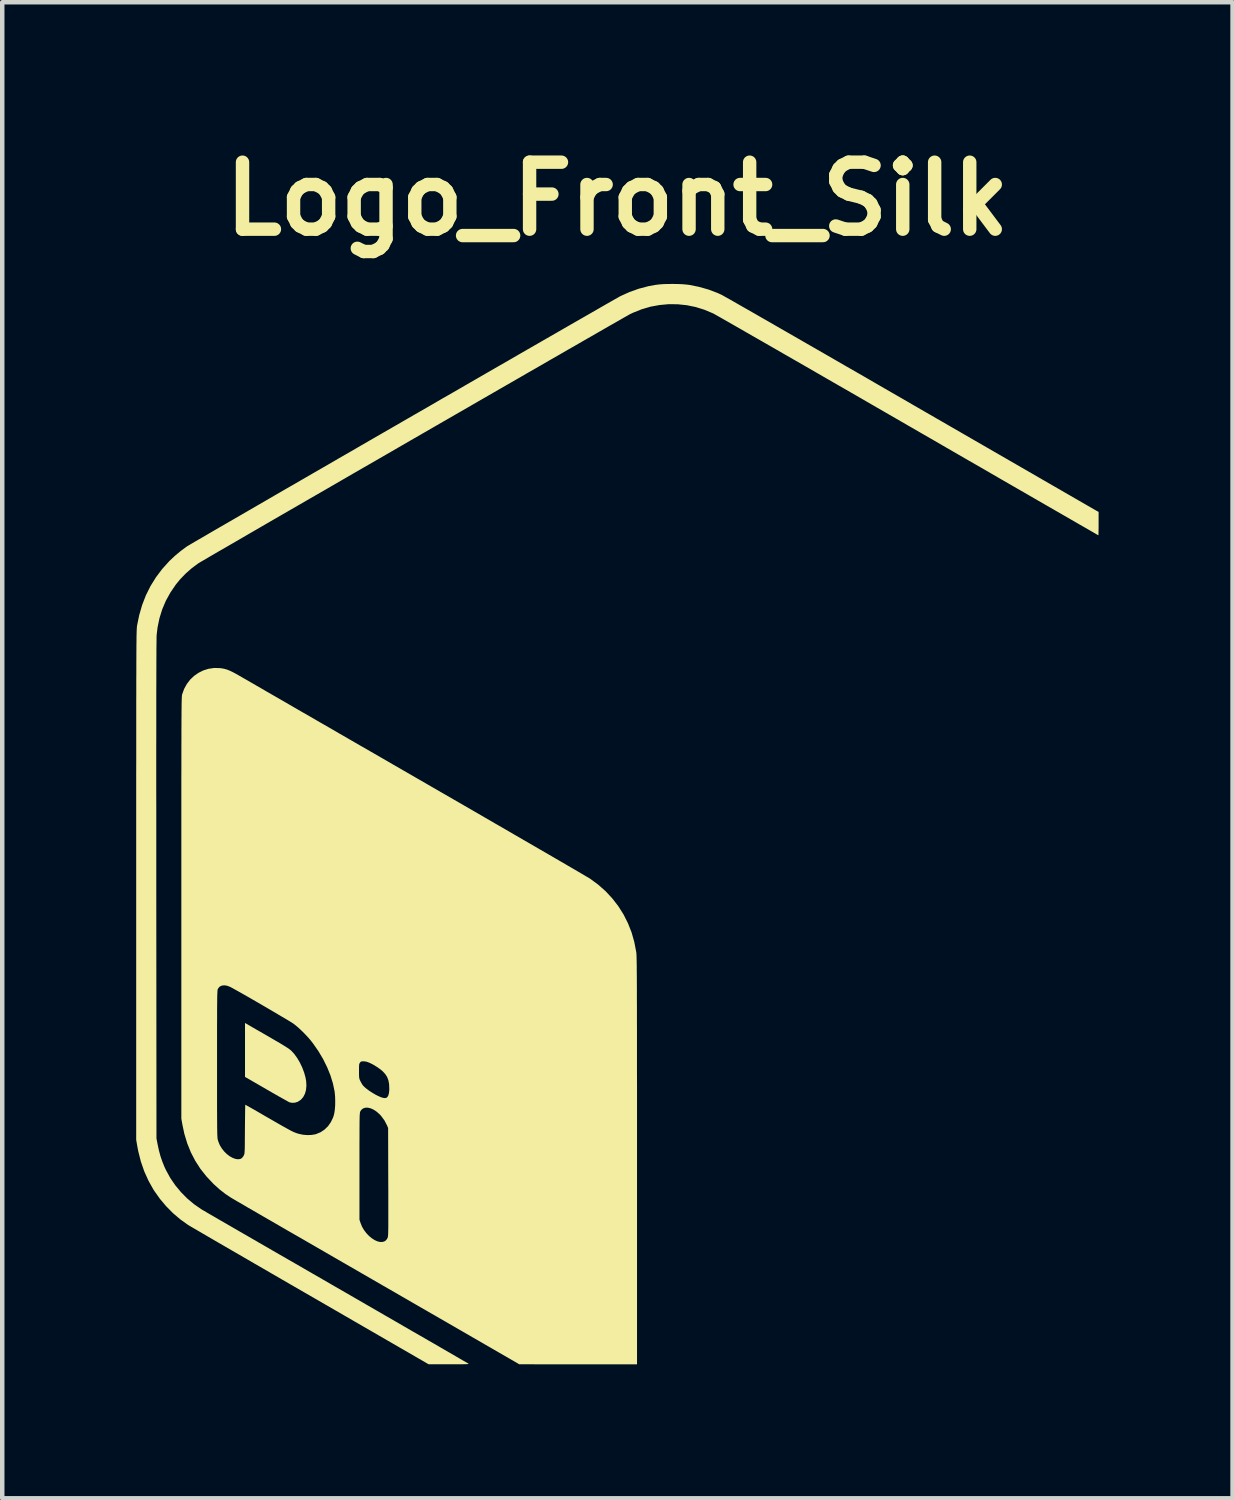
<source format=kicad_pcb>
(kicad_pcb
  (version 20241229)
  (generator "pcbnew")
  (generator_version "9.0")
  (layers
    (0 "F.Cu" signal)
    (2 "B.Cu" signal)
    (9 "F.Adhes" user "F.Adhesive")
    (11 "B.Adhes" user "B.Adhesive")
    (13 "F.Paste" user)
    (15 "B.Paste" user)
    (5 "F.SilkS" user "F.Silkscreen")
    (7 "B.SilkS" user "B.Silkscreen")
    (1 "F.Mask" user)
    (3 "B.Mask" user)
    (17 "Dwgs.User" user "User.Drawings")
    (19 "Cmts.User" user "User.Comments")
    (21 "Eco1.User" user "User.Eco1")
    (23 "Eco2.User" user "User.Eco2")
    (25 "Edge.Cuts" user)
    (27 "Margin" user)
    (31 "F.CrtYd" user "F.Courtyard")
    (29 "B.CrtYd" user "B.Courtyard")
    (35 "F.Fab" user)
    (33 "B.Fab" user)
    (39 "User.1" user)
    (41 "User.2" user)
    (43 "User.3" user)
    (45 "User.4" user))
  (footprint "Logo_Front_Silk"
    (layer "F.Cu")
    (at 10.774 15.404)
    (property "Reference" "Logo_Front_Silk" (at 0 -14 0) (layer "F.SilkS") (effects (font (size 1.5 1.5) (thickness 0.3))))
    (attr board_only exclude_from_pos_files exclude_from_bom)
    (fp_poly (pts (xy -8.145 4.567) (xy -8.084 4.602) (xy -8.01 4.644) (xy -7.927 4.692) (xy -7.839 4.743) (xy -7.751 4.794) (xy -7.667 4.843) (xy -7.658 4.848) (xy -7.55 4.911) (xy -7.461 4.965) (xy -7.39 5.01) (xy -7.338 5.046) (xy -7.305 5.073) (xy -7.305 5.073) (xy -7.236 5.147) (xy -7.17 5.238) (xy -7.109 5.341) (xy -7.056 5.452) (xy -7.013 5.565) (xy -6.982 5.677) (xy -6.968 5.756) (xy -6.962 5.859) (xy -6.971 5.955) (xy -6.995 6.04) (xy -7.033 6.113) (xy -7.084 6.173) (xy -7.148 6.216) (xy -7.15 6.218) (xy -7.213 6.239) (xy -7.279 6.244) (xy -7.341 6.232) (xy -7.343 6.231) (xy -7.359 6.223) (xy -7.39 6.206) (xy -7.436 6.18) (xy -7.495 6.147) (xy -7.565 6.108) (xy -7.644 6.063) (xy -7.73 6.014) (xy -7.821 5.961) (xy -7.856 5.941) (xy -8.337 5.663) (xy -8.337 5.059) (xy -8.337 4.455)) (stroke (width 0) (type solid)) (fill yes) (layer "F.SilkS"))
    (fp_poly (pts (xy 1.341 -12.094) (xy 1.441 -12.09) (xy 1.532 -12.083) (xy 1.605 -12.075) (xy 1.83 -12.03) (xy 2.045 -11.969) (xy 2.254 -11.889) (xy 2.337 -11.851) (xy 2.354 -11.842) (xy 2.389 -11.822) (xy 2.44 -11.793) (xy 2.509 -11.755) (xy 2.593 -11.707) (xy 2.692 -11.65) (xy 2.806 -11.585) (xy 2.934 -11.512) (xy 3.076 -11.431) (xy 3.23 -11.342) (xy 3.397 -11.247) (xy 3.575 -11.144) (xy 3.765 -11.035) (xy 3.965 -10.92) (xy 4.175 -10.799) (xy 4.394 -10.673) (xy 4.622 -10.542) (xy 4.858 -10.406) (xy 5.102 -10.265) (xy 5.353 -10.121) (xy 5.61 -9.973) (xy 5.872 -9.821) (xy 6.14 -9.666) (xy 6.413 -9.509) (xy 6.618 -9.39) (xy 10.779 -6.988) (xy 10.779 -6.727) (xy 10.779 -6.655) (xy 10.778 -6.591) (xy 10.777 -6.537) (xy 10.776 -6.497) (xy 10.775 -6.472) (xy 10.774 -6.466) (xy 10.765 -6.471) (xy 10.738 -6.486) (xy 10.694 -6.512) (xy 10.633 -6.547) (xy 10.557 -6.591) (xy 10.465 -6.644) (xy 10.358 -6.705) (xy 10.237 -6.775) (xy 10.102 -6.853) (xy 9.954 -6.938) (xy 9.793 -7.031) (xy 9.621 -7.13) (xy 9.437 -7.236) (xy 9.242 -7.349) (xy 9.037 -7.467) (xy 8.822 -7.591) (xy 8.598 -7.72) (xy 8.365 -7.855) (xy 8.125 -7.994) (xy 7.876 -8.137) (xy 7.621 -8.284) (xy 7.36 -8.435) (xy 7.093 -8.59) (xy 6.82 -8.747) (xy 6.543 -8.907) (xy 6.519 -8.921) (xy 6.24 -9.082) (xy 5.966 -9.24) (xy 5.696 -9.396) (xy 5.432 -9.549) (xy 5.173 -9.698) (xy 4.921 -9.843) (xy 4.676 -9.984) (xy 4.439 -10.121) (xy 4.21 -10.253) (xy 3.989 -10.38) (xy 3.778 -10.501) (xy 3.577 -10.617) (xy 3.387 -10.726) (xy 3.208 -10.829) (xy 3.04 -10.925) (xy 2.885 -11.014) (xy 2.743 -11.096) (xy 2.615 -11.169) (xy 2.5 -11.235) (xy 2.4 -11.292) (xy 2.316 -11.34) (xy 2.247 -11.379) (xy 2.195 -11.408) (xy 2.16 -11.428) (xy 2.142 -11.437) (xy 2.142 -11.437) (xy 1.952 -11.517) (xy 1.756 -11.578) (xy 1.556 -11.619) (xy 1.353 -11.64) (xy 1.149 -11.642) (xy 0.946 -11.623) (xy 0.744 -11.586) (xy 0.547 -11.528) (xy 0.354 -11.451) (xy 0.29 -11.421) (xy 0.273 -11.412) (xy 0.239 -11.392) (xy 0.187 -11.363) (xy 0.12 -11.325) (xy 0.037 -11.277) (xy -0.061 -11.221) (xy -0.174 -11.157) (xy -0.299 -11.085) (xy -0.438 -11.005) (xy -0.589 -10.918) (xy -0.752 -10.825) (xy -0.925 -10.725) (xy -1.109 -10.62) (xy -1.302 -10.508) (xy -1.505 -10.392) (xy -1.715 -10.27) (xy -1.934 -10.145) (xy -2.159 -10.015) (xy -2.391 -9.881) (xy -2.628 -9.745) (xy -2.87 -9.605) (xy -3.117 -9.463) (xy -3.367 -9.318) (xy -3.621 -9.172) (xy -3.876 -9.025) (xy -4.134 -8.876) (xy -4.392 -8.727) (xy -4.651 -8.578) (xy -4.91 -8.428) (xy -5.168 -8.279) (xy -5.424 -8.131) (xy -5.678 -7.985) (xy -5.929 -7.84) (xy -6.176 -7.697) (xy -6.419 -7.556) (xy -6.658 -7.418) (xy -6.891 -7.284) (xy -7.117 -7.153) (xy -7.337 -7.026) (xy -7.55 -6.903) (xy -7.754 -6.785) (xy -7.949 -6.672) (xy -8.135 -6.564) (xy -8.311 -6.462) (xy -8.476 -6.366) (xy -8.629 -6.277) (xy -8.771 -6.195) (xy -8.9 -6.121) (xy -9.015 -6.054) (xy -9.116 -5.995) (xy -9.202 -5.944) (xy -9.273 -5.903) (xy -9.328 -5.871) (xy -9.367 -5.848) (xy -9.387 -5.835) (xy -9.39 -5.833) (xy -9.53 -5.729) (xy -9.664 -5.611) (xy -9.788 -5.483) (xy -9.887 -5.362) (xy -10.008 -5.184) (xy -10.11 -5) (xy -10.191 -4.808) (xy -10.253 -4.609) (xy -10.296 -4.401) (xy -10.316 -4.232) (xy -10.317 -4.213) (xy -10.318 -4.179) (xy -10.318 -4.13) (xy -10.319 -4.065) (xy -10.32 -3.984) (xy -10.321 -3.888) (xy -10.321 -3.775) (xy -10.322 -3.646) (xy -10.322 -3.5) (xy -10.323 -3.337) (xy -10.323 -3.157) (xy -10.324 -2.959) (xy -10.324 -2.744) (xy -10.324 -2.511) (xy -10.324 -2.259) (xy -10.324 -1.99) (xy -10.325 -1.701) (xy -10.325 -1.393) (xy -10.325 -1.066) (xy -10.325 -0.72) (xy -10.324 -0.354) (xy -10.324 0.032) (xy -10.324 0.438) (xy -10.324 0.865) (xy -10.324 1.312) (xy -10.324 1.474) (xy -10.32 7.04) (xy -10.298 7.156) (xy -10.267 7.302) (xy -10.232 7.433) (xy -10.19 7.556) (xy -10.141 7.678) (xy -10.104 7.756) (xy -10.011 7.926) (xy -9.899 8.09) (xy -9.771 8.244) (xy -9.63 8.387) (xy -9.477 8.515) (xy -9.316 8.626) (xy -9.314 8.628) (xy -9.29 8.642) (xy -9.25 8.665) (xy -9.196 8.697) (xy -9.129 8.736) (xy -9.053 8.78) (xy -8.967 8.83) (xy -8.876 8.883) (xy -8.78 8.938) (xy -8.726 8.969) (xy -8.452 9.128) (xy -8.178 9.286) (xy -7.906 9.443) (xy -7.636 9.599) (xy -7.369 9.753) (xy -7.104 9.905) (xy -6.844 10.056) (xy -6.588 10.203) (xy -6.338 10.348) (xy -6.093 10.489) (xy -5.854 10.627) (xy -5.623 10.761) (xy -5.399 10.89) (xy -5.183 11.015) (xy -4.975 11.135) (xy -4.778 11.249) (xy -4.59 11.358) (xy -4.412 11.46) (xy -4.246 11.556) (xy -4.092 11.645) (xy -3.95 11.727) (xy -3.821 11.802) (xy -3.706 11.868) (xy -3.605 11.927) (xy -3.519 11.977) (xy -3.449 12.018) (xy -3.394 12.049) (xy -3.356 12.071) (xy -3.336 12.083) (xy -3.332 12.086) (xy -3.329 12.089) (xy -3.334 12.092) (xy -3.348 12.094) (xy -3.372 12.096) (xy -3.409 12.097) (xy -3.459 12.098) (xy -3.525 12.099) (xy -3.607 12.099) (xy -3.708 12.099) (xy -3.769 12.099) (xy -4.226 12.098) (xy -6.87 10.569) (xy -7.09 10.442) (xy -7.305 10.318) (xy -7.516 10.196) (xy -7.721 10.077) (xy -7.919 9.962) (xy -8.11 9.852) (xy -8.294 9.745) (xy -8.468 9.644) (xy -8.634 9.548) (xy -8.789 9.458) (xy -8.933 9.375) (xy -9.065 9.298) (xy -9.185 9.228) (xy -9.292 9.166) (xy -9.385 9.111) (xy -9.463 9.066) (xy -9.526 9.029) (xy -9.573 9.002) (xy -9.602 8.984) (xy -9.612 8.978) (xy -9.783 8.856) (xy -9.947 8.717) (xy -10.1 8.563) (xy -10.241 8.396) (xy -10.366 8.22) (xy -10.387 8.188) (xy -10.499 7.988) (xy -10.594 7.777) (xy -10.67 7.556) (xy -10.728 7.327) (xy -10.749 7.218) (xy -10.774 7.071) (xy -10.774 1.374) (xy -10.774 0.96) (xy -10.774 0.566) (xy -10.774 0.192) (xy -10.774 -0.162) (xy -10.774 -0.498) (xy -10.774 -0.815) (xy -10.774 -1.114) (xy -10.773 -1.396) (xy -10.773 -1.661) (xy -10.773 -1.91) (xy -10.773 -2.143) (xy -10.773 -2.361) (xy -10.773 -2.564) (xy -10.773 -2.754) (xy -10.772 -2.929) (xy -10.772 -3.092) (xy -10.772 -3.241) (xy -10.771 -3.379) (xy -10.771 -3.506) (xy -10.771 -3.621) (xy -10.77 -3.726) (xy -10.77 -3.822) (xy -10.769 -3.907) (xy -10.769 -3.985) (xy -10.768 -4.053) (xy -10.767 -4.114) (xy -10.767 -4.168) (xy -10.766 -4.215) (xy -10.765 -4.256) (xy -10.764 -4.292) (xy -10.763 -4.322) (xy -10.762 -4.348) (xy -10.761 -4.37) (xy -10.76 -4.388) (xy -10.759 -4.403) (xy -10.758 -4.416) (xy -10.757 -4.427) (xy -10.755 -4.437) (xy -10.755 -4.442) (xy -10.706 -4.68) (xy -10.64 -4.907) (xy -10.556 -5.124) (xy -10.453 -5.33) (xy -10.332 -5.525) (xy -10.193 -5.71) (xy -10.036 -5.884) (xy -10.022 -5.898) (xy -9.905 -6.008) (xy -9.78 -6.112) (xy -9.656 -6.204) (xy -9.632 -6.221) (xy -9.616 -6.23) (xy -9.582 -6.25) (xy -9.532 -6.28) (xy -9.466 -6.319) (xy -9.383 -6.367) (xy -9.286 -6.423) (xy -9.175 -6.488) (xy -9.05 -6.561) (xy -8.912 -6.641) (xy -8.761 -6.728) (xy -8.599 -6.822) (xy -8.426 -6.922) (xy -8.243 -7.028) (xy -8.05 -7.14) (xy -7.848 -7.257) (xy -7.638 -7.379) (xy -7.42 -7.505) (xy -7.194 -7.635) (xy -6.963 -7.769) (xy -6.726 -7.906) (xy -6.483 -8.046) (xy -6.237 -8.189) (xy -5.986 -8.333) (xy -5.733 -8.48) (xy -5.477 -8.628) (xy -5.219 -8.777) (xy -4.96 -8.926) (xy -4.701 -9.076) (xy -4.442 -9.225) (xy -4.183 -9.374) (xy -3.927 -9.523) (xy -3.672 -9.669) (xy -3.42 -9.815) (xy -3.172 -9.958) (xy -2.928 -10.099) (xy -2.689 -10.237) (xy -2.455 -10.371) (xy -2.227 -10.503) (xy -2.007 -10.63) (xy -1.793 -10.753) (xy -1.588 -10.871) (xy -1.391 -10.984) (xy -1.204 -11.092) (xy -1.027 -11.194) (xy -0.861 -11.289) (xy -0.706 -11.378) (xy -0.563 -11.46) (xy -0.433 -11.535) (xy -0.317 -11.602) (xy -0.214 -11.661) (xy -0.126 -11.711) (xy -0.054 -11.752) (xy 0.003 -11.784) (xy 0.043 -11.807) (xy 0.065 -11.819) (xy 0.068 -11.821) (xy 0.273 -11.914) (xy 0.484 -11.989) (xy 0.702 -12.046) (xy 0.863 -12.075) (xy 0.938 -12.084) (xy 1.028 -12.091) (xy 1.129 -12.094) (xy 1.235 -12.095)) (stroke (width 0) (type solid)) (fill yes) (layer "F.SilkS"))
    (fp_poly (pts (xy -8.911 -3.493) (xy -8.856 -3.486) (xy -8.811 -3.478) (xy -8.768 -3.467) (xy -8.724 -3.453) (xy -8.677 -3.433) (xy -8.623 -3.408) (xy -8.56 -3.375) (xy -8.485 -3.333) (xy -8.395 -3.281) (xy -8.395 -3.281) (xy -8.369 -3.266) (xy -8.325 -3.241) (xy -8.264 -3.206) (xy -8.187 -3.161) (xy -8.095 -3.108) (xy -7.987 -3.046) (xy -7.866 -2.975) (xy -7.73 -2.897) (xy -7.582 -2.812) (xy -7.421 -2.719) (xy -7.249 -2.619) (xy -7.066 -2.513) (xy -6.872 -2.402) (xy -6.669 -2.284) (xy -6.456 -2.162) (xy -6.236 -2.034) (xy -6.007 -1.902) (xy -5.772 -1.766) (xy -5.53 -1.627) (xy -5.282 -1.484) (xy -5.03 -1.338) (xy -4.773 -1.19) (xy -4.512 -1.039) (xy -4.437 -0.996) (xy -4.176 -0.845) (xy -3.92 -0.697) (xy -3.668 -0.552) (xy -3.422 -0.41) (xy -3.182 -0.271) (xy -2.949 -0.136) (xy -2.723 -0.005) (xy -2.504 0.121) (xy -2.295 0.243) (xy -2.094 0.359) (xy -1.903 0.47) (xy -1.723 0.574) (xy -1.554 0.672) (xy -1.396 0.764) (xy -1.251 0.848) (xy -1.119 0.925) (xy -1 0.994) (xy -0.896 1.055) (xy -0.807 1.107) (xy -0.732 1.151) (xy -0.675 1.185) (xy -0.633 1.209) (xy -0.61 1.224) (xy -0.605 1.227) (xy -0.425 1.36) (xy -0.259 1.507) (xy -0.11 1.668) (xy 0.023 1.84) (xy 0.14 2.025) (xy 0.238 2.22) (xy 0.319 2.424) (xy 0.38 2.637) (xy 0.423 2.859) (xy 0.427 2.885) (xy 0.428 2.897) (xy 0.429 2.913) (xy 0.43 2.934) (xy 0.431 2.961) (xy 0.432 2.994) (xy 0.433 3.034) (xy 0.434 3.081) (xy 0.435 3.137) (xy 0.436 3.201) (xy 0.436 3.274) (xy 0.437 3.356) (xy 0.438 3.449) (xy 0.438 3.553) (xy 0.439 3.668) (xy 0.439 3.795) (xy 0.439 3.935) (xy 0.44 4.087) (xy 0.44 4.253) (xy 0.44 4.434) (xy 0.441 4.629) (xy 0.441 4.84) (xy 0.441 5.066) (xy 0.441 5.309) (xy 0.441 5.569) (xy 0.442 5.847) (xy 0.442 6.142) (xy 0.442 6.457) (xy 0.442 6.791) (xy 0.442 7.145) (xy 0.442 7.519) (xy 0.442 7.548) (xy 0.442 12.1) (xy -0.876 12.1) (xy -2.195 12.099) (xy -4.168 10.959) (xy -4.377 10.839) (xy -4.593 10.714) (xy -4.813 10.587) (xy -5.036 10.458) (xy -5.262 10.328) (xy -5.487 10.198) (xy -5.71 10.069) (xy -5.93 9.942) (xy -6.145 9.818) (xy -6.353 9.698) (xy -6.553 9.582) (xy -6.742 9.473) (xy -6.92 9.37) (xy -7.084 9.275) (xy -7.234 9.189) (xy -7.353 9.121) (xy -7.501 9.035) (xy -7.646 8.951) (xy -7.786 8.87) (xy -7.801 8.862) (xy -5.774 8.862) (xy -5.748 8.939) (xy -5.716 9.018) (xy -5.672 9.093) (xy -5.62 9.162) (xy -5.562 9.223) (xy -5.5 9.275) (xy -5.435 9.317) (xy -5.371 9.346) (xy -5.31 9.36) (xy -5.253 9.359) (xy -5.203 9.341) (xy -5.202 9.34) (xy -5.171 9.312) (xy -5.146 9.273) (xy -5.143 9.265) (xy -5.14 9.257) (xy -5.138 9.246) (xy -5.136 9.232) (xy -5.134 9.214) (xy -5.132 9.19) (xy -5.131 9.159) (xy -5.13 9.121) (xy -5.129 9.073) (xy -5.128 9.014) (xy -5.128 8.945) (xy -5.128 8.862) (xy -5.128 8.766) (xy -5.128 8.655) (xy -5.128 8.527) (xy -5.128 8.382) (xy -5.128 8.218) (xy -5.129 8.035) (xy -5.129 8.017) (xy -5.132 6.808) (xy -5.156 6.75) (xy -5.216 6.635) (xy -5.293 6.532) (xy -5.326 6.497) (xy -5.393 6.439) (xy -5.46 6.395) (xy -5.525 6.366) (xy -5.588 6.352) (xy -5.645 6.353) (xy -5.694 6.37) (xy -5.734 6.402) (xy -5.752 6.43) (xy -5.755 6.437) (xy -5.758 6.444) (xy -5.761 6.453) (xy -5.763 6.465) (xy -5.765 6.481) (xy -5.767 6.503) (xy -5.769 6.531) (xy -5.77 6.567) (xy -5.771 6.612) (xy -5.772 6.667) (xy -5.772 6.733) (xy -5.773 6.812) (xy -5.773 6.904) (xy -5.773 7.011) (xy -5.774 7.134) (xy -5.774 7.275) (xy -5.774 7.433) (xy -5.774 7.612) (xy -5.774 7.666) (xy -5.774 8.862) (xy -7.801 8.862) (xy -7.92 8.793) (xy -8.046 8.72) (xy -8.163 8.652) (xy -8.271 8.59) (xy -8.368 8.533) (xy -8.452 8.484) (xy -8.524 8.443) (xy -8.581 8.409) (xy -8.622 8.385) (xy -8.647 8.37) (xy -8.651 8.368) (xy -8.778 8.283) (xy -8.899 8.189) (xy -9.02 8.081) (xy -9.046 8.056) (xy -9.199 7.894) (xy -9.334 7.724) (xy -9.45 7.544) (xy -9.549 7.354) (xy -9.63 7.153) (xy -9.695 6.94) (xy -9.74 6.729) (xy -9.763 6.597) (xy -9.763 5.376) (xy -8.963 5.376) (xy -8.963 5.594) (xy -8.963 5.792) (xy -8.963 5.971) (xy -8.963 6.131) (xy -8.963 6.275) (xy -8.963 6.403) (xy -8.962 6.516) (xy -8.962 6.615) (xy -8.961 6.701) (xy -8.961 6.774) (xy -8.96 6.837) (xy -8.959 6.89) (xy -8.958 6.934) (xy -8.957 6.97) (xy -8.955 6.999) (xy -8.954 7.023) (xy -8.952 7.041) (xy -8.95 7.055) (xy -8.948 7.067) (xy -8.945 7.076) (xy -8.944 7.081) (xy -8.928 7.127) (xy -8.909 7.174) (xy -8.898 7.197) (xy -8.855 7.268) (xy -8.803 7.333) (xy -8.745 7.39) (xy -8.683 7.438) (xy -8.619 7.474) (xy -8.557 7.498) (xy -8.499 7.508) (xy -8.447 7.502) (xy -8.42 7.49) (xy -8.397 7.47) (xy -8.374 7.439) (xy -8.366 7.424) (xy -8.36 7.413) (xy -8.356 7.402) (xy -8.352 7.389) (xy -8.349 7.372) (xy -8.347 7.349) (xy -8.345 7.318) (xy -8.343 7.278) (xy -8.342 7.227) (xy -8.341 7.163) (xy -8.341 7.083) (xy -8.34 6.987) (xy -8.339 6.873) (xy -8.339 6.832) (xy -8.338 6.727) (xy -8.337 6.629) (xy -8.336 6.539) (xy -8.335 6.46) (xy -8.334 6.393) (xy -8.333 6.341) (xy -8.332 6.305) (xy -8.331 6.288) (xy -8.33 6.287) (xy -8.32 6.292) (xy -8.294 6.306) (xy -8.256 6.327) (xy -8.209 6.354) (xy -8.155 6.385) (xy -8.154 6.385) (xy -8.007 6.47) (xy -7.877 6.546) (xy -7.763 6.611) (xy -7.663 6.669) (xy -7.577 6.718) (xy -7.503 6.761) (xy -7.439 6.796) (xy -7.385 6.826) (xy -7.34 6.851) (xy -7.302 6.871) (xy -7.269 6.887) (xy -7.242 6.9) (xy -7.217 6.91) (xy -7.195 6.918) (xy -7.174 6.926) (xy -7.153 6.932) (xy -7.131 6.938) (xy -7.12 6.941) (xy -7.033 6.959) (xy -6.94 6.966) (xy -6.848 6.963) (xy -6.764 6.949) (xy -6.742 6.942) (xy -6.643 6.901) (xy -6.555 6.842) (xy -6.478 6.767) (xy -6.415 6.677) (xy -6.365 6.574) (xy -6.347 6.518) (xy -6.334 6.457) (xy -6.324 6.381) (xy -6.318 6.295) (xy -6.317 6.203) (xy -6.319 6.113) (xy -6.326 6.029) (xy -6.331 5.987) (xy -6.368 5.81) (xy -6.424 5.628) (xy -6.463 5.532) (xy -5.784 5.532) (xy -5.784 5.594) (xy -5.783 5.64) (xy -5.781 5.673) (xy -5.776 5.699) (xy -5.77 5.721) (xy -5.76 5.744) (xy -5.756 5.752) (xy -5.735 5.792) (xy -5.713 5.83) (xy -5.699 5.85) (xy -5.665 5.887) (xy -5.616 5.928) (xy -5.556 5.973) (xy -5.49 6.016) (xy -5.421 6.057) (xy -5.355 6.091) (xy -5.296 6.117) (xy -5.293 6.118) (xy -5.238 6.134) (xy -5.196 6.138) (xy -5.166 6.128) (xy -5.15 6.116) (xy -5.128 6.079) (xy -5.113 6.025) (xy -5.106 5.954) (xy -5.106 5.924) (xy -5.11 5.824) (xy -5.126 5.739) (xy -5.155 5.663) (xy -5.199 5.596) (xy -5.259 5.532) (xy -5.338 5.47) (xy -5.379 5.442) (xy -5.468 5.387) (xy -5.546 5.348) (xy -5.613 5.323) (xy -5.67 5.314) (xy -5.677 5.314) (xy -5.713 5.314) (xy -5.735 5.319) (xy -5.751 5.329) (xy -5.762 5.343) (xy -5.77 5.356) (xy -5.777 5.371) (xy -5.781 5.391) (xy -5.783 5.421) (xy -5.784 5.464) (xy -5.784 5.524) (xy -5.784 5.532) (xy -6.463 5.532) (xy -6.498 5.446) (xy -6.588 5.264) (xy -6.693 5.087) (xy -6.812 4.916) (xy -6.859 4.855) (xy -6.911 4.793) (xy -6.973 4.726) (xy -7.04 4.657) (xy -7.108 4.592) (xy -7.173 4.534) (xy -7.231 4.487) (xy -7.249 4.473) (xy -7.272 4.458) (xy -7.312 4.433) (xy -7.366 4.4) (xy -7.432 4.36) (xy -7.509 4.315) (xy -7.596 4.264) (xy -7.689 4.209) (xy -7.787 4.151) (xy -7.888 4.092) (xy -7.991 4.032) (xy -8.093 3.973) (xy -8.193 3.915) (xy -8.289 3.86) (xy -8.378 3.809) (xy -8.459 3.763) (xy -8.531 3.723) (xy -8.59 3.69) (xy -8.636 3.665) (xy -8.666 3.649) (xy -8.668 3.648) (xy -8.738 3.621) (xy -8.801 3.612) (xy -8.857 3.618) (xy -8.903 3.64) (xy -8.937 3.679) (xy -8.945 3.694) (xy -8.948 3.7) (xy -8.95 3.709) (xy -8.952 3.721) (xy -8.954 3.737) (xy -8.955 3.759) (xy -8.956 3.787) (xy -8.958 3.822) (xy -8.959 3.865) (xy -8.96 3.918) (xy -8.96 3.981) (xy -8.961 4.055) (xy -8.962 4.142) (xy -8.962 4.242) (xy -8.962 4.355) (xy -8.963 4.485) (xy -8.963 4.63) (xy -8.963 4.792) (xy -8.963 4.973) (xy -8.963 5.173) (xy -8.963 5.376) (xy -9.763 5.376) (xy -9.763 1.88) (xy -9.763 1.504) (xy -9.763 1.148) (xy -9.763 0.812) (xy -9.763 0.496) (xy -9.763 0.198) (xy -9.763 -0.082) (xy -9.763 -0.343) (xy -9.763 -0.588) (xy -9.763 -0.817) (xy -9.763 -1.03) (xy -9.762 -1.227) (xy -9.762 -1.41) (xy -9.762 -1.579) (xy -9.762 -1.734) (xy -9.761 -1.877) (xy -9.761 -2.007) (xy -9.761 -2.125) (xy -9.76 -2.232) (xy -9.76 -2.328) (xy -9.759 -2.415) (xy -9.759 -2.492) (xy -9.758 -2.56) (xy -9.757 -2.62) (xy -9.757 -2.672) (xy -9.756 -2.717) (xy -9.755 -2.756) (xy -9.754 -2.789) (xy -9.753 -2.816) (xy -9.752 -2.839) (xy -9.751 -2.857) (xy -9.75 -2.872) (xy -9.749 -2.883) (xy -9.747 -2.893) (xy -9.746 -2.9) (xy -9.744 -2.906) (xy -9.744 -2.906) (xy -9.7 -3.027) (xy -9.64 -3.136) (xy -9.565 -3.234) (xy -9.478 -3.317) (xy -9.379 -3.386) (xy -9.271 -3.44) (xy -9.156 -3.476) (xy -9.035 -3.494)) (stroke (width 0) (type solid)) (fill yes) (layer "F.SilkS")))
  (gr_rect
    (start -3 -3)
    (end 24.553 30.504)
    (stroke (width 0.1) (type default))
    (fill no)
    (layer "Edge.Cuts")))
</source>
